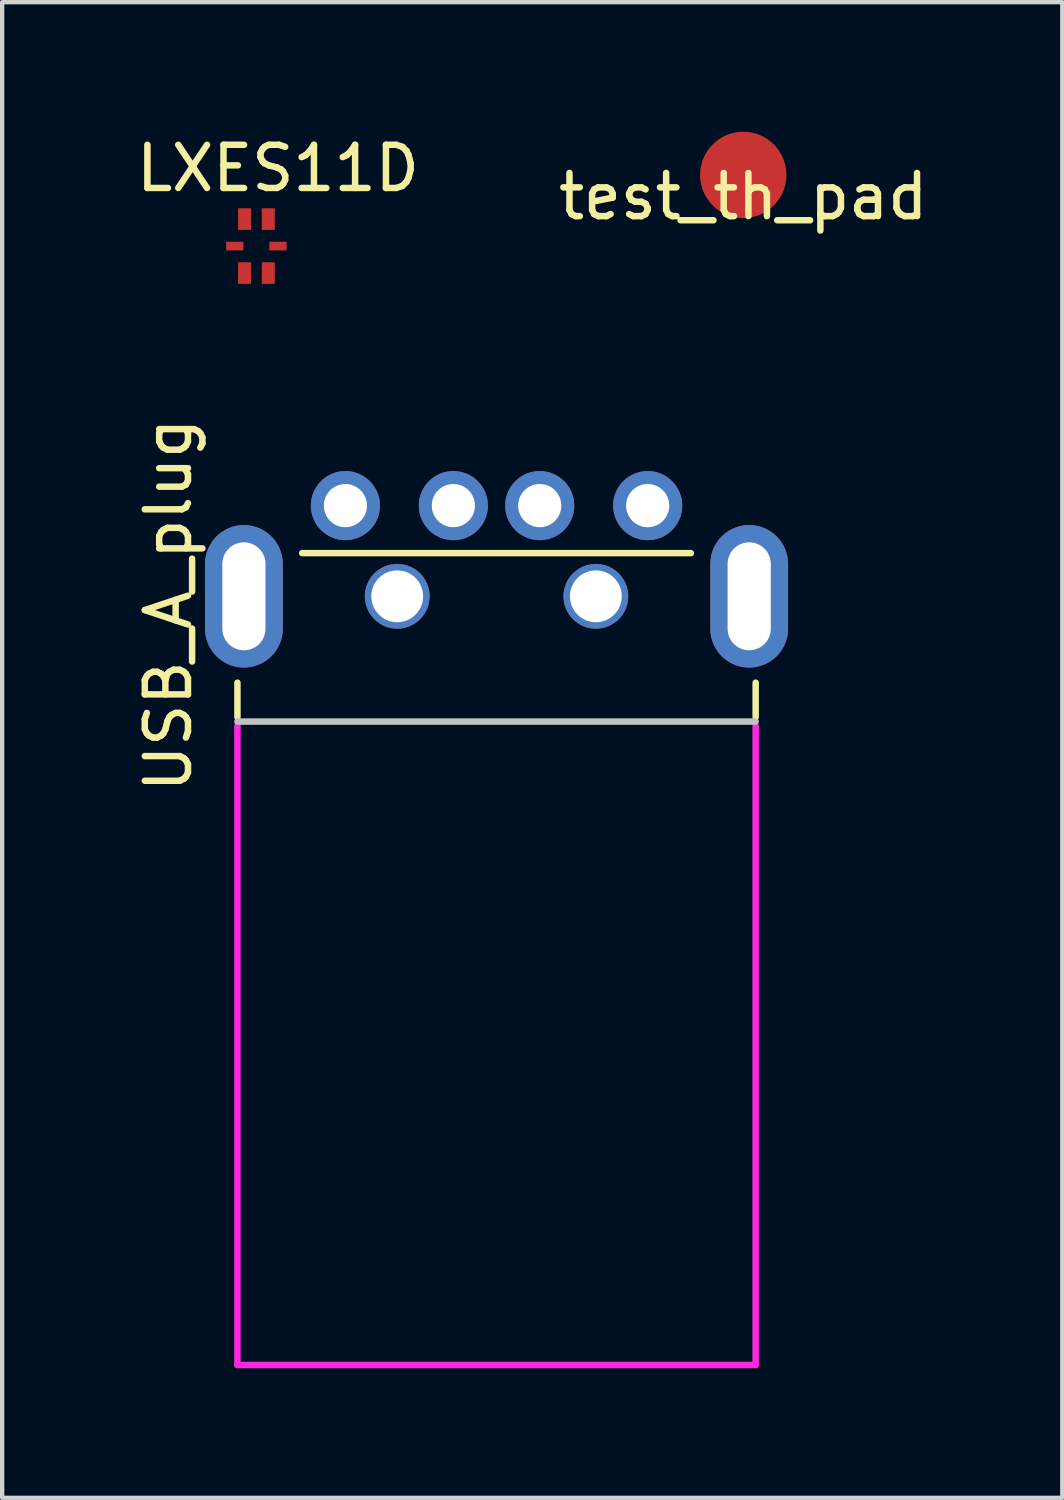
<source format=kicad_pcb>
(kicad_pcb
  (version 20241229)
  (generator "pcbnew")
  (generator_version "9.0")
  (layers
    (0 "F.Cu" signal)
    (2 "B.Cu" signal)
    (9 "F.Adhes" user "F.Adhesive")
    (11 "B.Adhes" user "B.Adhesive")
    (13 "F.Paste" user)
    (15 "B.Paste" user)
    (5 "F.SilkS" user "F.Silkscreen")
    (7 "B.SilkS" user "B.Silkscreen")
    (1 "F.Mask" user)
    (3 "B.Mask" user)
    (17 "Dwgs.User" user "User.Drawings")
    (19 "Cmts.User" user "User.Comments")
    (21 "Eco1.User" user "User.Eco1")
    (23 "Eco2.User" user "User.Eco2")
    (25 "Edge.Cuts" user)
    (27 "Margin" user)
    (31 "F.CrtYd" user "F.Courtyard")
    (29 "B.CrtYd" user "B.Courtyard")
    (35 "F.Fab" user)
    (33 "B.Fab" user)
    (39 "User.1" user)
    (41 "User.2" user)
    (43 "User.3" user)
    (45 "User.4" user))
  (footprint "USB_A_plug"
    (layer "F.Cu")
    (at 8.448 10.758)
    (property "Reference" "USB_A_plug" (at -7.6 0.2 270) (layer "F.SilkS") (effects (font (size 1 1) (thickness 0.15))))
    (attr through_hole)
    (fp_line (start -6 2.8) (end -6 2) (stroke (width 0.15) (type solid)) (layer "F.SilkS"))
    (fp_line (start -4.5 -1) (end 4.5 -1) (stroke (width 0.15) (type solid)) (layer "F.SilkS"))
    (fp_line (start 6 2) (end 6 2.8) (stroke (width 0.15) (type solid)) (layer "F.SilkS"))
    (fp_line (start -6 2.9) (end 6 2.9) (stroke (width 0.15) (type solid)) (layer "Dwgs.User"))
    (fp_line (start -6 3) (end -6 17.8) (stroke (width 0.15) (type solid)) (layer "F.CrtYd"))
    (fp_line (start -6 17.8) (end 6 17.8) (stroke (width 0.15) (type solid)) (layer "F.CrtYd"))
    (fp_line (start 6 17.8) (end 6 3) (stroke (width 0.15) (type solid)) (layer "F.CrtYd"))
    (pad "" np_thru_hole circle (at -2.3 0) (size 1.5 1.5) (drill 1.2) (layers "*.Cu" "*.Mask"))
    (pad "" np_thru_hole circle (at 2.3 0) (size 1.5 1.5) (drill 1.2) (layers "*.Cu" "*.Mask"))
    (pad "1" thru_hole circle (at 3.5 -2.1) (size 1.6 1.6) (drill 1) (layers "*.Cu" "*.Mask"))
    (pad "2" thru_hole circle (at 1 -2.1) (size 1.6 1.6) (drill 1) (layers "*.Cu" "*.Mask"))
    (pad "3" thru_hole circle (at -1 -2.1) (size 1.6 1.6) (drill 1) (layers "*.Cu" "*.Mask"))
    (pad "4" thru_hole circle (at -3.5 -2.1) (size 1.6 1.6) (drill 1) (layers "*.Cu" "*.Mask"))
    (pad "5" thru_hole oval (at -5.85 0) (size 1.8 3.3) (drill oval 1 2.5) (layers "*.Cu" "*.Mask"))
    (pad "5" thru_hole oval (at 5.85 0) (size 1.8 3.3) (drill oval 1 2.5) (layers "*.Cu" "*.Mask")))
  (footprint "test_th_pad"
    (layer "F.Cu")
    (at 14.161 1)
    (property "Reference" "test_th_pad" (at 0 0.5 0) (layer "F.SilkS") (effects (font (size 1 1) (thickness 0.15))))
    (attr through_hole)
    (pad "1" smd circle (at 0 0) (size 2 2) (layers "F.Cu" "F.Mask" "F.Paste")))
  (footprint "LXES11D"
    (layer "F.Cu")
    (at 2.887 2.648)
    (property "Reference" "LXES11D" (at 0.5 -1.8 0) (layer "F.SilkS") (effects (font (size 1 1) (thickness 0.15))))
    (attr through_hole)
    (pad "1" smd rect (at 0.275 -0.625) (size 0.3 0.5) (layers "F.Cu" "F.Mask" "F.Paste"))
    (pad "2" smd rect (at -0.275 -0.625) (size 0.3 0.5) (layers "F.Cu" "F.Mask" "F.Paste"))
    (pad "3" smd rect (at -0.5 0) (size 0.4 0.2) (layers "F.Cu" "F.Mask" "F.Paste"))
    (pad "4" smd rect (at -0.275 0.625) (size 0.3 0.5) (layers "F.Cu" "F.Mask" "F.Paste"))
    (pad "5" smd rect (at 0.275 0.625) (size 0.3 0.5) (layers "F.Cu" "F.Mask" "F.Paste"))
    (pad "6" smd rect (at 0.5 0) (size 0.4 0.2) (layers "F.Cu" "F.Mask" "F.Paste")))
  (gr_rect
    (start -3 -3)
    (end 21.548 31.633)
    (stroke (width 0.1) (type default))
    (fill no)
    (layer "Edge.Cuts")))
</source>
